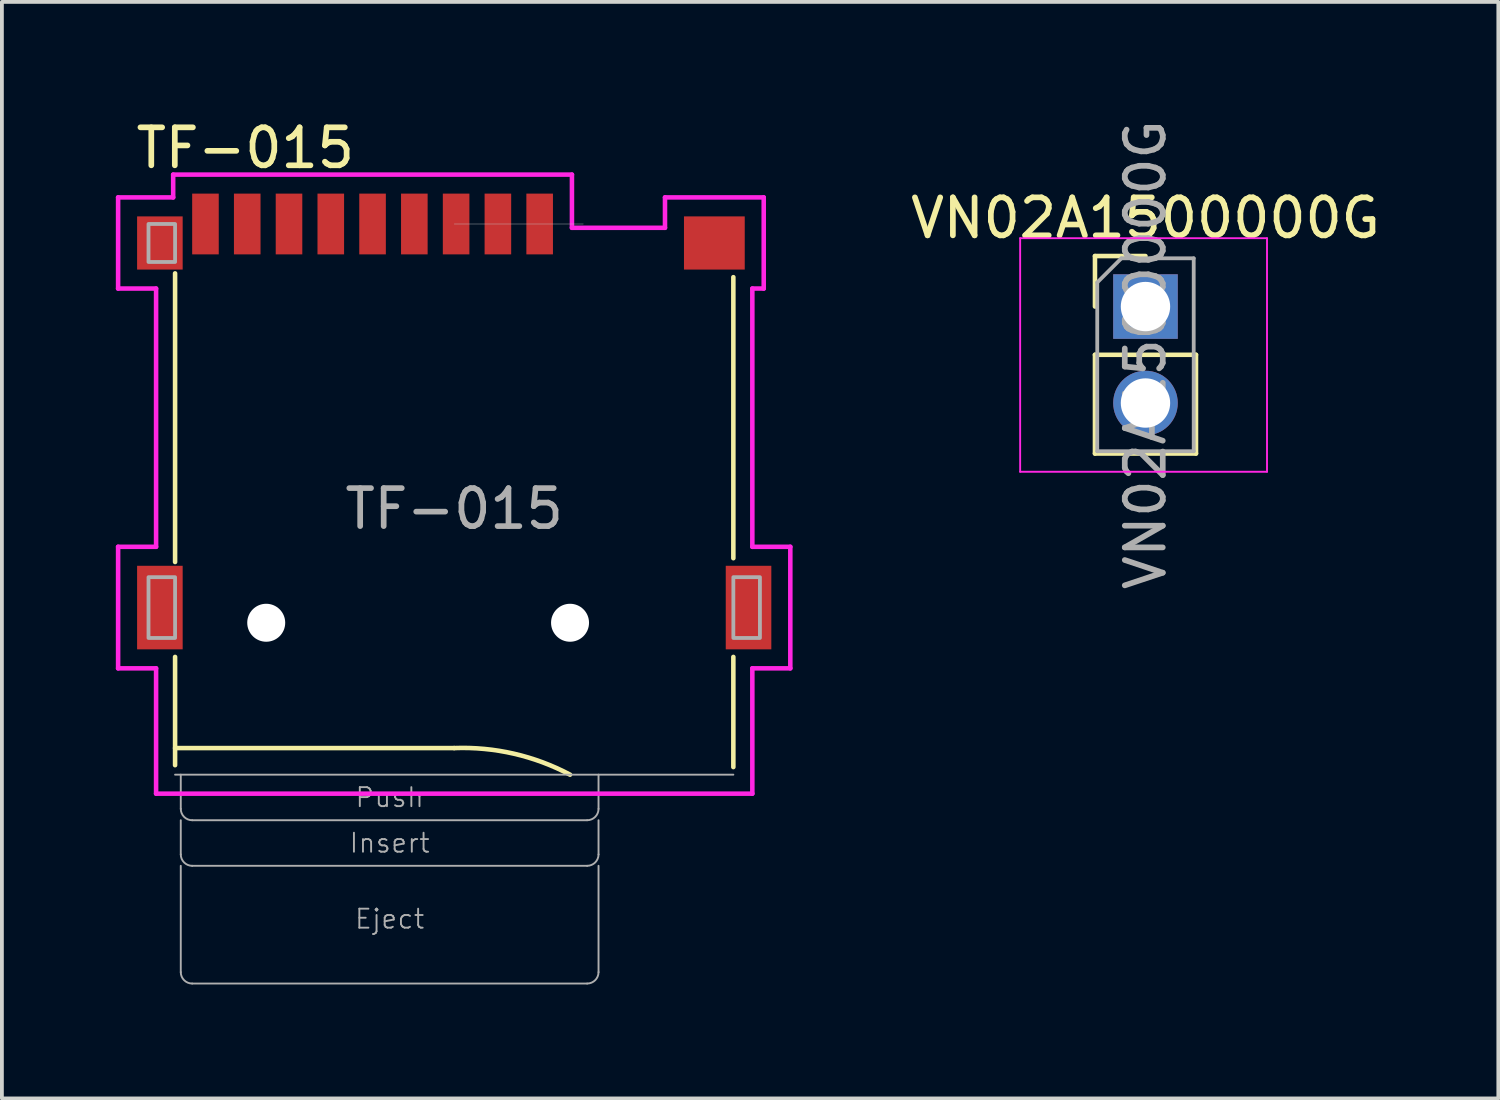
<source format=kicad_pcb>
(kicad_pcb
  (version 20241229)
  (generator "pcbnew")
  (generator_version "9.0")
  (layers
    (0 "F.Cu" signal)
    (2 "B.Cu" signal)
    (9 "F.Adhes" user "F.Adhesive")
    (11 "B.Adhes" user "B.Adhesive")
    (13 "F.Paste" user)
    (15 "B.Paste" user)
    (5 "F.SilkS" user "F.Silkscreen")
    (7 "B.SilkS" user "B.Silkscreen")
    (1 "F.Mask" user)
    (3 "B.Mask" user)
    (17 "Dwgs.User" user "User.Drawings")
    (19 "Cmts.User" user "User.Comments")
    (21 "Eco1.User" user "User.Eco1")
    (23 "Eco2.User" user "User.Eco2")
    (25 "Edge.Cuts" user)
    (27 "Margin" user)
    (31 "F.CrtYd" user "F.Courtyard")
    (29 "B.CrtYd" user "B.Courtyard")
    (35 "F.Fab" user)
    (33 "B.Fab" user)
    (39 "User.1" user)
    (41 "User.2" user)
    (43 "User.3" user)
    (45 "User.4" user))
  (footprint "VN02A1500000G"
    (layer "F.Cu")
    (at 27.112 5.022)
    (property "Reference" "VN02A1500000G" (at 0 -2.33 0) (layer "F.SilkS") (effects (font (size 1 1) (thickness 0.15))))
    (attr through_hole)
    (fp_line (start -1.33 -1.33) (end 0 -1.33) (stroke (width 0.12) (type solid)) (layer "F.SilkS"))
    (fp_line (start -1.33 0) (end -1.33 -1.33) (stroke (width 0.12) (type solid)) (layer "F.SilkS"))
    (fp_line (start -1.33 1.27) (end -1.33 3.87) (stroke (width 0.12) (type solid)) (layer "F.SilkS"))
    (fp_line (start -1.33 1.27) (end 1.33 1.27) (stroke (width 0.12) (type solid)) (layer "F.SilkS"))
    (fp_line (start -1.33 3.87) (end 1.33 3.87) (stroke (width 0.12) (type solid)) (layer "F.SilkS"))
    (fp_line (start 1.33 1.27) (end 1.33 3.87) (stroke (width 0.12) (type solid)) (layer "F.SilkS"))
    (fp_line (start -3.3 -1.8) (end -3.3 4.35) (stroke (width 0.05) (type solid)) (layer "F.CrtYd"))
    (fp_line (start -3.3 -1.8) (end 3.2 -1.8) (stroke (width 0.05) (type default)) (layer "F.CrtYd"))
    (fp_line (start -3.3 4.35) (end 3.2 4.35) (stroke (width 0.05) (type default)) (layer "F.CrtYd"))
    (fp_line (start 3.2 4.35) (end 3.2 -1.8) (stroke (width 0.05) (type solid)) (layer "F.CrtYd"))
    (fp_line (start -1.27 -0.635) (end -0.635 -1.27) (stroke (width 0.1) (type solid)) (layer "F.Fab"))
    (fp_line (start -1.27 3.81) (end -1.27 -0.635) (stroke (width 0.1) (type solid)) (layer "F.Fab"))
    (fp_line (start -0.635 -1.27) (end 1.27 -1.27) (stroke (width 0.1) (type solid)) (layer "F.Fab"))
    (fp_line (start 1.27 -1.27) (end 1.27 3.81) (stroke (width 0.1) (type solid)) (layer "F.Fab"))
    (fp_line (start 1.27 3.81) (end -1.27 3.81) (stroke (width 0.1) (type solid)) (layer "F.Fab"))
    (fp_text user "${REFERENCE}" (at 0 1.27 90) (layer "F.Fab") (effects (font (size 1 1) (thickness 0.15))))
    (pad "1" thru_hole rect (at 0 0) (size 1.7 1.7) (drill 1.3) (layers "*.Cu" "*.Mask"))
    (pad "2" thru_hole oval (at 0 2.54) (size 1.7 1.7) (drill 1.3) (layers "*.Cu" "*.Mask")))
  (footprint "TF-015"
    (layer "F.Cu")
    (at 8.91 2.848)
    (property "Reference" "TF-015" (at -5.5 -2 0) (unlocked yes) (layer "F.SilkS") (effects (font (size 1 1) (thickness 0.15))))
    (fp_line (start -7.35 8.9) (end -7.35 1.3) (stroke (width 0.12) (type solid)) (layer "F.SilkS"))
    (fp_line (start -7.35 13.8) (end 0 13.8) (stroke (width 0.12) (type solid)) (layer "F.SilkS"))
    (fp_line (start -7.35 14.25) (end -7.35 11.4) (stroke (width 0.12) (type solid)) (layer "F.SilkS"))
    (fp_line (start 7.35 8.8) (end 7.35 1.4) (stroke (width 0.12) (type solid)) (layer "F.SilkS"))
    (fp_line (start 7.35 14.3) (end 7.35 11.4) (stroke (width 0.12) (type solid)) (layer "F.SilkS"))
    (fp_arc (start 0 13.8) (mid 1.571389 13.947876) (end 3.049999 14.5) (stroke (width 0.12) (type solid)) (layer "F.SilkS"))
    (fp_line (start 3.4 0) (end 0 0) (stroke (width 0.01) (type solid)) (layer "Dwgs.User"))
    (fp_line (start -8.85 -0.7) (end -8.85 1.7) (stroke (width 0.12) (type solid)) (layer "F.CrtYd"))
    (fp_line (start -8.85 -0.7) (end -7.4 -0.7) (stroke (width 0.12) (type solid)) (layer "F.CrtYd"))
    (fp_line (start -8.85 1.7) (end -7.85 1.7) (stroke (width 0.12) (type solid)) (layer "F.CrtYd"))
    (fp_line (start -8.85 8.5) (end -8.85 11.7) (stroke (width 0.12) (type solid)) (layer "F.CrtYd"))
    (fp_line (start -8.85 11.7) (end -7.85 11.7) (stroke (width 0.12) (type solid)) (layer "F.CrtYd"))
    (fp_line (start -7.85 8.5) (end -8.85 8.5) (stroke (width 0.12) (type solid)) (layer "F.CrtYd"))
    (fp_line (start -7.85 8.5) (end -7.85 1.7) (stroke (width 0.12) (type solid)) (layer "F.CrtYd"))
    (fp_line (start -7.85 11.7) (end -7.85 15) (stroke (width 0.12) (type solid)) (layer "F.CrtYd"))
    (fp_line (start -7.85 15) (end 7.85 15) (stroke (width 0.12) (type solid)) (layer "F.CrtYd"))
    (fp_line (start -7.4 -1.3) (end 3.1 -1.3) (stroke (width 0.12) (type solid)) (layer "F.CrtYd"))
    (fp_line (start -7.4 -0.7) (end -7.4 -1.3) (stroke (width 0.12) (type solid)) (layer "F.CrtYd"))
    (fp_line (start 3.1 -1.3) (end 3.1 0.1) (stroke (width 0.12) (type solid)) (layer "F.CrtYd"))
    (fp_line (start 3.1 0.1) (end 5.55 0.1) (stroke (width 0.12) (type solid)) (layer "F.CrtYd"))
    (fp_line (start 5.55 -0.7) (end 8.15 -0.7) (stroke (width 0.12) (type solid)) (layer "F.CrtYd"))
    (fp_line (start 5.55 0.1) (end 5.55 -0.7) (stroke (width 0.12) (type solid)) (layer "F.CrtYd"))
    (fp_line (start 7.85 1.7) (end 8.15 1.7) (stroke (width 0.12) (type solid)) (layer "F.CrtYd"))
    (fp_line (start 7.85 8.5) (end 7.85 1.7) (stroke (width 0.12) (type solid)) (layer "F.CrtYd"))
    (fp_line (start 7.85 11.7) (end 8.85 11.7) (stroke (width 0.12) (type solid)) (layer "F.CrtYd"))
    (fp_line (start 7.85 15) (end 7.85 11.7) (stroke (width 0.12) (type solid)) (layer "F.CrtYd"))
    (fp_line (start 8.15 -0.7) (end 8.15 1.7) (stroke (width 0.12) (type solid)) (layer "F.CrtYd"))
    (fp_line (start 8.85 8.5) (end 7.85 8.5) (stroke (width 0.12) (type solid)) (layer "F.CrtYd"))
    (fp_line (start 8.85 11.7) (end 8.85 8.5) (stroke (width 0.12) (type solid)) (layer "F.CrtYd"))
    (fp_line (start -7.2 14.5) (end -7.2 15.4) (stroke (width 0.05) (type solid)) (layer "F.Fab"))
    (fp_line (start -7.2 15.7) (end -7.2 16.6) (stroke (width 0.05) (type solid)) (layer "F.Fab"))
    (fp_line (start -7.2 16.9) (end -7.2 19.7) (stroke (width 0.05) (type solid)) (layer "F.Fab"))
    (fp_line (start -6.9 15.7) (end 3.5 15.7) (stroke (width 0.05) (type solid)) (layer "F.Fab"))
    (fp_line (start -6.9 16.9) (end 3.5 16.9) (stroke (width 0.05) (type solid)) (layer "F.Fab"))
    (fp_line (start -6.9 20) (end 3.5 20) (stroke (width 0.05) (type solid)) (layer "F.Fab"))
    (fp_line (start 3.8 15.4) (end 3.8 14.5) (stroke (width 0.05) (type solid)) (layer "F.Fab"))
    (fp_line (start 3.8 16.6) (end 3.8 15.7) (stroke (width 0.05) (type solid)) (layer "F.Fab"))
    (fp_line (start 3.8 19.7) (end 3.8 16.9) (stroke (width 0.05) (type solid)) (layer "F.Fab"))
    (fp_line (start 7.35 14.5) (end -7.35 14.5) (stroke (width 0.05) (type solid)) (layer "F.Fab"))
    (fp_rect (start -8.05 9.3) (end -7.35 10.9) (stroke (width 0.1) (type solid)) (fill no) (layer "F.Fab"))
    (fp_rect (start -7.35 0) (end -8.05 1) (stroke (width 0.1) (type solid)) (fill no) (layer "F.Fab"))
    (fp_rect (start 7.35 9.3) (end 8.05 10.9) (stroke (width 0.1) (type solid)) (fill no) (layer "F.Fab"))
    (fp_arc (start -6.900001 15.700001) (mid -7.112133 15.612132) (end -7.2 15.4) (stroke (width 0.05) (type solid)) (layer "F.Fab"))
    (fp_arc (start -6.900001 16.900001) (mid -7.112133 16.812132) (end -7.2 16.6) (stroke (width 0.05) (type solid)) (layer "F.Fab"))
    (fp_arc (start -6.900001 20.000001) (mid -7.112133 19.912132) (end -7.2 19.7) (stroke (width 0.05) (type solid)) (layer "F.Fab"))
    (fp_arc (start 3.800001 15.400001) (mid 3.712132 15.612133) (end 3.5 15.7) (stroke (width 0.05) (type solid)) (layer "F.Fab"))
    (fp_arc (start 3.800001 16.600001) (mid 3.712132 16.812133) (end 3.5 16.9) (stroke (width 0.05) (type solid)) (layer "F.Fab"))
    (fp_arc (start 3.800001 19.700001) (mid 3.712132 19.912133) (end 3.5 20) (stroke (width 0.05) (type solid)) (layer "F.Fab"))
    (fp_text user "${REFERENCE}" (at 0 7.5 0) (unlocked yes) (layer "F.Fab") (effects (font (size 1 1) (thickness 0.15))))
    (fp_text user "Insert" (at -1.7 16.3 0) (unlocked yes) (layer "F.Fab") (effects (font (size 0.5 0.5) (thickness 0.05))))
    (fp_text user "Push" (at -1.7 15.1 0) (unlocked yes) (layer "F.Fab") (effects (font (size 0.5 0.5) (thickness 0.05))))
    (fp_text user "Eject" (at -1.7 18.3 0) (unlocked yes) (layer "F.Fab") (effects (font (size 0.5 0.5) (thickness 0.05))))
    (pad "" np_thru_hole circle (at -4.95 10.5) (size 1 1) (drill 1) (layers "*.Cu" "*.Mask"))
    (pad "" np_thru_hole circle (at 3.05 10.5) (size 1 1) (drill 1) (layers "*.Cu" "*.Mask"))
    (pad "1" smd rect (at 2.25 0) (size 0.7 1.6) (layers "F.Cu" "F.Mask" "F.Paste"))
    (pad "2" smd rect (at 1.15 0) (size 0.7 1.6) (layers "F.Cu" "F.Mask" "F.Paste"))
    (pad "3" smd rect (at 0.05 0) (size 0.7 1.6) (layers "F.Cu" "F.Mask" "F.Paste"))
    (pad "4" smd rect (at -1.05 0) (size 0.7 1.6) (layers "F.Cu" "F.Mask" "F.Paste"))
    (pad "5" smd rect (at -2.15 0) (size 0.7 1.6) (layers "F.Cu" "F.Mask" "F.Paste"))
    (pad "6" smd rect (at -3.25 0) (size 0.7 1.6) (layers "F.Cu" "F.Mask" "F.Paste"))
    (pad "7" smd rect (at -4.35 0) (size 0.7 1.6) (layers "F.Cu" "F.Mask" "F.Paste"))
    (pad "8" smd rect (at -5.45 0) (size 0.7 1.6) (layers "F.Cu" "F.Mask" "F.Paste"))
    (pad "9" smd rect (at -6.55 0) (size 0.7 1.6) (layers "F.Cu" "F.Mask" "F.Paste"))
    (pad "10" smd rect (at -7.75 0.5) (size 1.2 1.4) (layers "F.Cu" "F.Mask" "F.Paste"))
    (pad "10" smd rect (at -7.75 10.1) (size 1.2 2.2) (layers "F.Cu" "F.Mask" "F.Paste"))
    (pad "10" smd rect (at 6.85 0.5) (size 1.6 1.4) (layers "F.Cu" "F.Mask" "F.Paste"))
    (pad "10" smd rect (at 7.75 10.1) (size 1.2 2.2) (layers "F.Cu" "F.Mask" "F.Paste")))
  (gr_rect
    (start -3 -3)
    (end 36.403 25.873)
    (stroke (width 0.1) (type default))
    (fill no)
    (layer "Edge.Cuts")))
</source>
